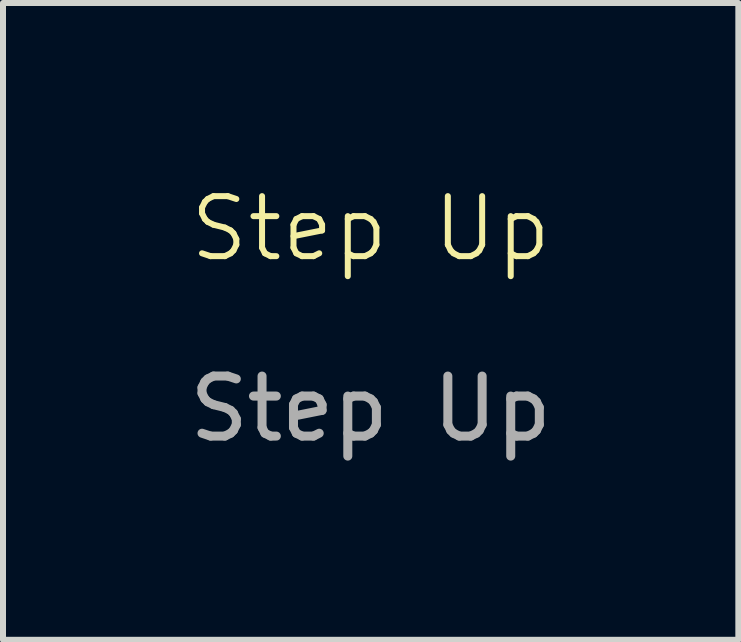
<source format=kicad_pcb>
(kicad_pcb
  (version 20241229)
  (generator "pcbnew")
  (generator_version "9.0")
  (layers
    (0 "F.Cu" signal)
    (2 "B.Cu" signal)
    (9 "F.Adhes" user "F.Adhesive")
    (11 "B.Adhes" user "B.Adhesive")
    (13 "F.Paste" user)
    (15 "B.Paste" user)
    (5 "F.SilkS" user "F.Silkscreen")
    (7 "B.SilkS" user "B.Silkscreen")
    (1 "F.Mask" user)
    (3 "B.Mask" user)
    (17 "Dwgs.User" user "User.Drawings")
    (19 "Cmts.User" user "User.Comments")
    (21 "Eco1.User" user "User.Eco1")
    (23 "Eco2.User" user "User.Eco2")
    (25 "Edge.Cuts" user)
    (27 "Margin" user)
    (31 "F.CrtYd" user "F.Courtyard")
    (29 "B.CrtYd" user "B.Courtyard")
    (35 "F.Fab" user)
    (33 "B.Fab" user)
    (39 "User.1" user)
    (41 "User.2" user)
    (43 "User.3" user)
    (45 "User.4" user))
  (footprint "Step Up"
    (layer "F.Cu")
    (at 3.125 1.26)
    (property "Reference" "Step Up" (at 0 -0.5 0) (unlocked yes) (layer "F.SilkS") (effects (font (size 1 1) (thickness 0.1))))
    (attr through_hole)
    (fp_text user "${REFERENCE}" (at 0 2.5 0) (unlocked yes) (layer "F.Fab") (effects (font (size 1 1) (thickness 0.15)))))
  (gr_rect
    (start -3 -3)
    (end 9.25 7.609)
    (stroke (width 0.1) (type default))
    (fill no)
    (layer "Edge.Cuts")))
</source>
